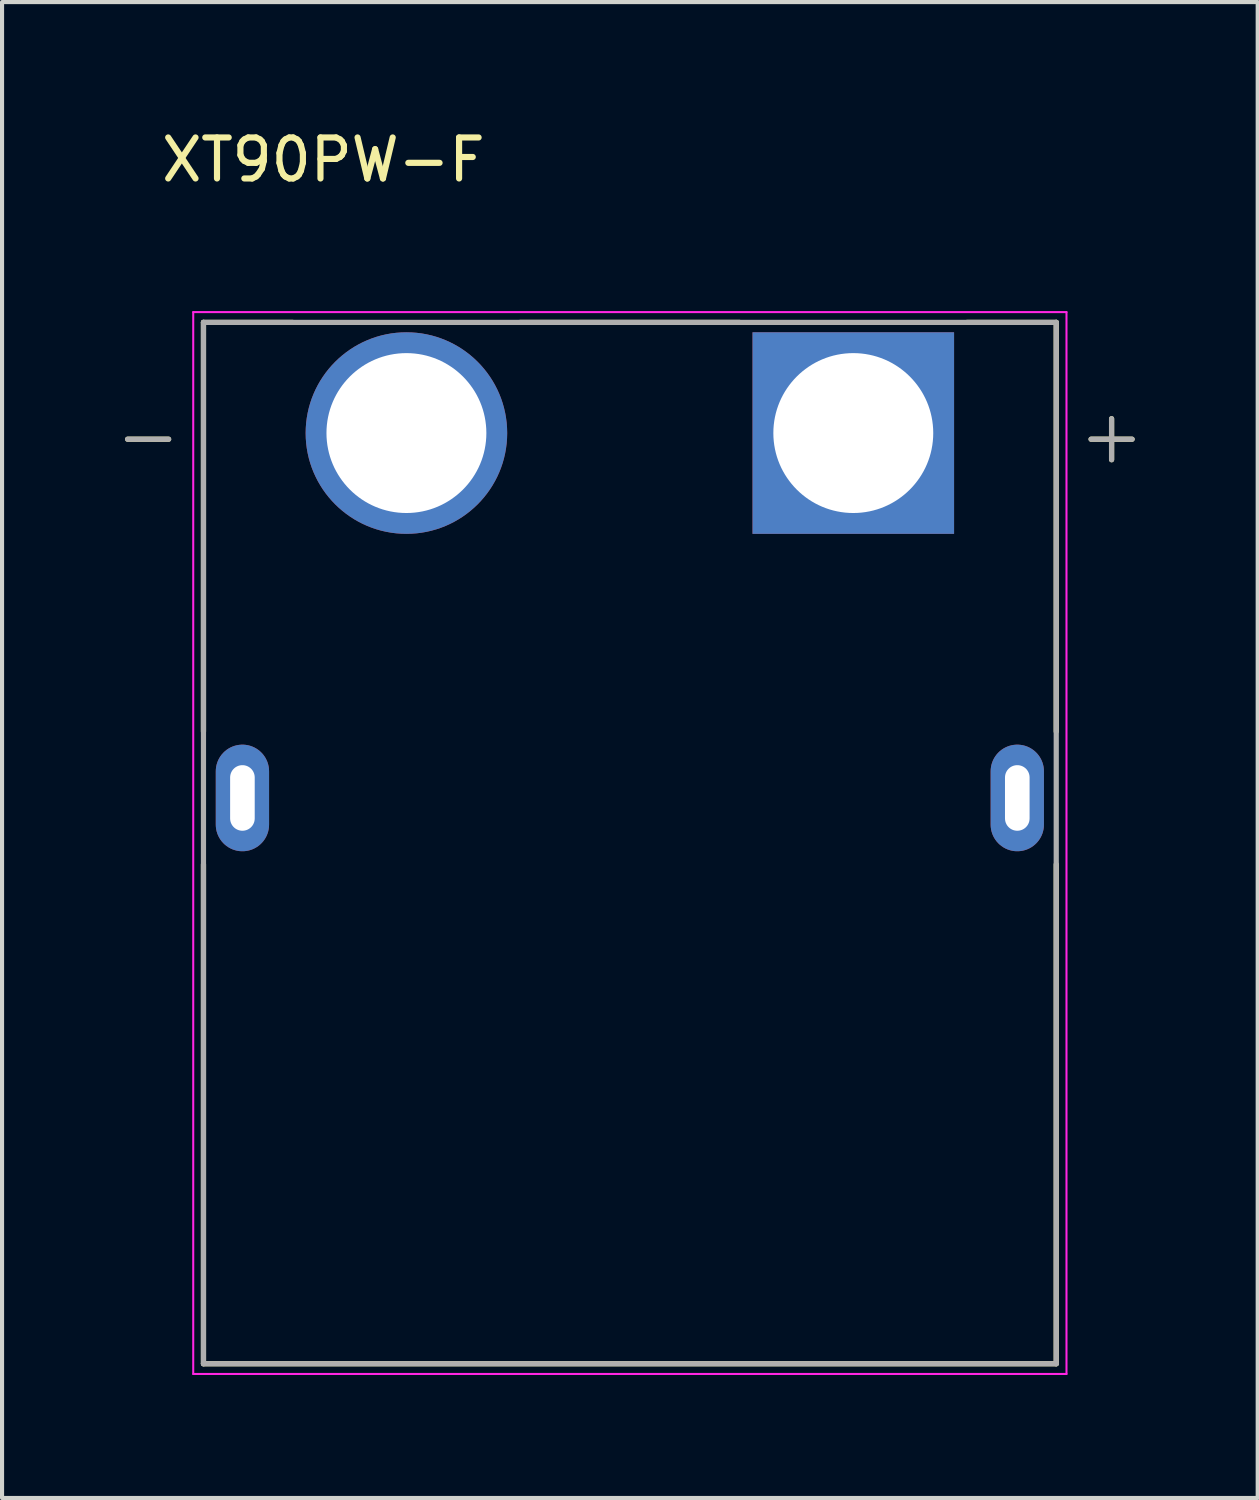
<source format=kicad_pcb>
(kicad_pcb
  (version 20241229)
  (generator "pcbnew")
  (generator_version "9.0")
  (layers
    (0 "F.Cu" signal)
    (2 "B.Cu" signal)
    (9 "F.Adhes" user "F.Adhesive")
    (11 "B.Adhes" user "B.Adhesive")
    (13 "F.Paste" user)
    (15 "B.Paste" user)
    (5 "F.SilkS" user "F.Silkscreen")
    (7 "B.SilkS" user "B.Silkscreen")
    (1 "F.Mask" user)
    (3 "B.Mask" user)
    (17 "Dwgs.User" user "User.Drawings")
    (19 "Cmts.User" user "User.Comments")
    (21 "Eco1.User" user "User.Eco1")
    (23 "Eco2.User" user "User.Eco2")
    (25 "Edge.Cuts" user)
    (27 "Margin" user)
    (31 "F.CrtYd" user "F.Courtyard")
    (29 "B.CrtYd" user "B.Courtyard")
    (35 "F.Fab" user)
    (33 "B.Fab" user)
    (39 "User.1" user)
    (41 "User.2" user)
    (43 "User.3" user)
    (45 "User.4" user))
  (footprint "XT90PW-F"
    (layer "F.Cu")
    (at 12.313 16.413)
    (property "Reference" "XT90PW-F" (at -7.475 -15.565 0) (layer "F.SilkS") (effects (font (size 1 1) (thickness 0.15))))
    (attr through_hole)
    (fp_line (start -11.25 -8.75) (end -12.25 -8.75) (stroke (width 0.127) (type solid)) (layer "F.SilkS"))
    (fp_line (start -10.4 -11.6) (end -10.4 -1.62) (stroke (width 0.127) (type solid)) (layer "F.SilkS"))
    (fp_line (start -10.4 -11.6) (end -8.228 -11.6) (stroke (width 0.127) (type solid)) (layer "F.SilkS"))
    (fp_line (start -10.4 13.8) (end -10.4 1.62) (stroke (width 0.127) (type solid)) (layer "F.SilkS"))
    (fp_line (start 2.672 -11.6) (end -2.672 -11.6) (stroke (width 0.127) (type solid)) (layer "F.SilkS"))
    (fp_line (start 8.228 -11.6) (end 10.4 -11.6) (stroke (width 0.127) (type solid)) (layer "F.SilkS"))
    (fp_line (start 10.4 -11.6) (end 10.4 -1.62) (stroke (width 0.127) (type solid)) (layer "F.SilkS"))
    (fp_line (start 10.4 1.62) (end 10.4 13.8) (stroke (width 0.127) (type solid)) (layer "F.SilkS"))
    (fp_line (start 10.4 13.8) (end -10.4 13.8) (stroke (width 0.127) (type solid)) (layer "F.SilkS"))
    (fp_line (start 11.25 -8.75) (end 12.25 -8.75) (stroke (width 0.127) (type solid)) (layer "F.SilkS"))
    (fp_line (start 11.75 -8.25) (end 11.75 -9.25) (stroke (width 0.127) (type solid)) (layer "F.SilkS"))
    (fp_line (start -10.65 -11.85) (end -10.65 14.05) (stroke (width 0.05) (type solid)) (layer "F.CrtYd"))
    (fp_line (start -10.65 14.05) (end 10.65 14.05) (stroke (width 0.05) (type solid)) (layer "F.CrtYd"))
    (fp_line (start 10.65 -11.85) (end -10.65 -11.85) (stroke (width 0.05) (type solid)) (layer "F.CrtYd"))
    (fp_line (start 10.65 14.05) (end 10.65 -11.85) (stroke (width 0.05) (type solid)) (layer "F.CrtYd"))
    (fp_line (start -11.25 -8.75) (end -12.25 -8.75) (stroke (width 0.127) (type solid)) (layer "F.Fab"))
    (fp_line (start -10.4 -11.6) (end 10.4 -11.6) (stroke (width 0.127) (type solid)) (layer "F.Fab"))
    (fp_line (start -10.4 13.8) (end -10.4 -11.6) (stroke (width 0.127) (type solid)) (layer "F.Fab"))
    (fp_line (start 10.4 -11.6) (end 10.4 13.8) (stroke (width 0.127) (type solid)) (layer "F.Fab"))
    (fp_line (start 10.4 13.8) (end -10.4 13.8) (stroke (width 0.127) (type solid)) (layer "F.Fab"))
    (fp_line (start 11.75 -8.25) (end 11.75 -9.25) (stroke (width 0.127) (type solid)) (layer "F.Fab"))
    (fp_line (start 12.25 -8.75) (end 11.25 -8.75) (stroke (width 0.127) (type solid)) (layer "F.Fab"))
    (pad "N" thru_hole circle (at -5.45 -8.9) (size 4.916 4.916) (drill 3.9) (layers "*.Cu" "*.Mask"))
    (pad "P" thru_hole rect (at 5.45 -8.9) (size 4.916 4.916) (drill 3.9) (layers "*.Cu" "*.Mask"))
    (pad "S1" thru_hole oval (at 9.45 0) (size 1.3 2.6) (drill oval 0.6 1.6) (layers "*.Cu" "*.Mask"))
    (pad "S2" thru_hole oval (at -9.45 0) (size 1.3 2.6) (drill oval 0.6 1.6) (layers "*.Cu" "*.Mask")))
  (gr_rect
    (start -3 -3)
    (end 27.627 33.488)
    (stroke (width 0.1) (type default))
    (fill no)
    (layer "Edge.Cuts")))
</source>
